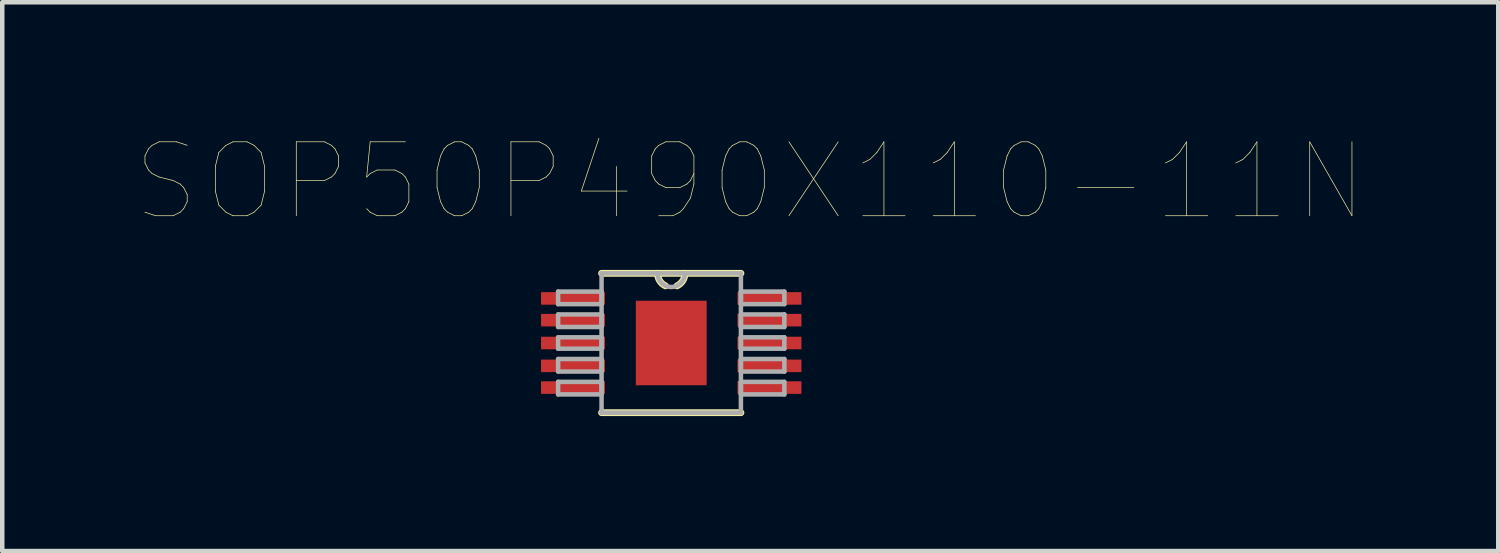
<source format=kicad_pcb>
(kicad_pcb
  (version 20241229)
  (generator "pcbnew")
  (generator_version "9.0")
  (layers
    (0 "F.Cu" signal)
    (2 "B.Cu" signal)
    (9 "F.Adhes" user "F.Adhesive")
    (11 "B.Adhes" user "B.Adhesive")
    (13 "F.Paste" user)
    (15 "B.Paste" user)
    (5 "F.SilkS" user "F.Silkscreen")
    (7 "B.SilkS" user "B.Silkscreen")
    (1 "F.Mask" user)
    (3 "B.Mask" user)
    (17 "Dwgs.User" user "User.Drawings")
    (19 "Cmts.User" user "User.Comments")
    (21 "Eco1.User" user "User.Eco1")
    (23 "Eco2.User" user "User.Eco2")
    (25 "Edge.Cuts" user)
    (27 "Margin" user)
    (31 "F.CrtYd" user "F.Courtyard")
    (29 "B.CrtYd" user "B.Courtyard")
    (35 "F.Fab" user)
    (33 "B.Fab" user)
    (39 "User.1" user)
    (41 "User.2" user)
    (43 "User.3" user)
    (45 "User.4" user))
  (footprint "SOP50P490X110-11N"
    (layer "F.Cu")
    (at 11.874 4.576)
    (property "Reference" "SOP50P490X110-11N" (at 1.756 -3.589 0) (layer "F.SilkS") (effects (font (size 1.643 1.643) (thickness 0.015))))
    (attr through_hole)
    (fp_line (start -1.549 1.549) (end 1.549 1.549) (stroke (width 0.152) (type solid)) (layer "F.SilkS"))
    (fp_line (start -0.305 -1.549) (end -1.549 -1.549) (stroke (width 0.152) (type solid)) (layer "F.SilkS"))
    (fp_line (start 0.305 -1.549) (end -0.305 -1.549) (stroke (width 0.152) (type solid)) (layer "F.SilkS"))
    (fp_line (start 1.549 -1.549) (end 0.305 -1.549) (stroke (width 0.152) (type solid)) (layer "F.SilkS"))
    (fp_arc (start -0.127 -1.27) (mid -0.256619 -1.383788) (end -0.3048 -1.5494) (stroke (width 0.1524) (type solid)) (layer "F.SilkS"))
    (fp_arc (start 0.3048 -1.5494) (mid 0.256619 -1.383788) (end 0.127 -1.27) (stroke (width 0.1524) (type solid)) (layer "F.SilkS"))
    (fp_line (start -2.515 -1.143) (end -2.515 -0.864) (stroke (width 0.1) (type solid)) (layer "F.Fab"))
    (fp_line (start -2.515 -0.864) (end -1.549 -0.864) (stroke (width 0.1) (type solid)) (layer "F.Fab"))
    (fp_line (start -2.515 -0.635) (end -2.515 -0.356) (stroke (width 0.1) (type solid)) (layer "F.Fab"))
    (fp_line (start -2.515 -0.356) (end -1.549 -0.356) (stroke (width 0.1) (type solid)) (layer "F.Fab"))
    (fp_line (start -2.515 -0.127) (end -2.515 0.127) (stroke (width 0.1) (type solid)) (layer "F.Fab"))
    (fp_line (start -2.515 0.127) (end -1.549 0.127) (stroke (width 0.1) (type solid)) (layer "F.Fab"))
    (fp_line (start -2.515 0.356) (end -2.515 0.635) (stroke (width 0.1) (type solid)) (layer "F.Fab"))
    (fp_line (start -2.515 0.635) (end -1.549 0.635) (stroke (width 0.1) (type solid)) (layer "F.Fab"))
    (fp_line (start -2.515 0.864) (end -2.515 1.143) (stroke (width 0.1) (type solid)) (layer "F.Fab"))
    (fp_line (start -2.515 1.143) (end -1.549 1.143) (stroke (width 0.1) (type solid)) (layer "F.Fab"))
    (fp_line (start -1.549 -1.549) (end -1.549 1.549) (stroke (width 0.1) (type solid)) (layer "F.Fab"))
    (fp_line (start -1.549 -1.143) (end -2.515 -1.143) (stroke (width 0.1) (type solid)) (layer "F.Fab"))
    (fp_line (start -1.549 -0.864) (end -1.549 -1.143) (stroke (width 0.1) (type solid)) (layer "F.Fab"))
    (fp_line (start -1.549 -0.635) (end -2.515 -0.635) (stroke (width 0.1) (type solid)) (layer "F.Fab"))
    (fp_line (start -1.549 -0.356) (end -1.549 -0.635) (stroke (width 0.1) (type solid)) (layer "F.Fab"))
    (fp_line (start -1.549 -0.127) (end -2.515 -0.127) (stroke (width 0.1) (type solid)) (layer "F.Fab"))
    (fp_line (start -1.549 0.127) (end -1.549 -0.127) (stroke (width 0.1) (type solid)) (layer "F.Fab"))
    (fp_line (start -1.549 0.356) (end -2.515 0.356) (stroke (width 0.1) (type solid)) (layer "F.Fab"))
    (fp_line (start -1.549 0.635) (end -1.549 0.356) (stroke (width 0.1) (type solid)) (layer "F.Fab"))
    (fp_line (start -1.549 0.864) (end -2.515 0.864) (stroke (width 0.1) (type solid)) (layer "F.Fab"))
    (fp_line (start -1.549 1.143) (end -1.549 0.864) (stroke (width 0.1) (type solid)) (layer "F.Fab"))
    (fp_line (start -1.549 1.549) (end 1.549 1.549) (stroke (width 0.1) (type solid)) (layer "F.Fab"))
    (fp_line (start -0.305 -1.549) (end -1.549 -1.549) (stroke (width 0.1) (type solid)) (layer "F.Fab"))
    (fp_line (start 0.305 -1.549) (end -0.305 -1.549) (stroke (width 0.1) (type solid)) (layer "F.Fab"))
    (fp_line (start 1.549 -1.549) (end 0.305 -1.549) (stroke (width 0.1) (type solid)) (layer "F.Fab"))
    (fp_line (start 1.549 -1.143) (end 1.549 -0.864) (stroke (width 0.1) (type solid)) (layer "F.Fab"))
    (fp_line (start 1.549 -0.864) (end 2.515 -0.864) (stroke (width 0.1) (type solid)) (layer "F.Fab"))
    (fp_line (start 1.549 -0.635) (end 1.549 -0.356) (stroke (width 0.1) (type solid)) (layer "F.Fab"))
    (fp_line (start 1.549 -0.356) (end 2.515 -0.356) (stroke (width 0.1) (type solid)) (layer "F.Fab"))
    (fp_line (start 1.549 -0.127) (end 1.549 0.127) (stroke (width 0.1) (type solid)) (layer "F.Fab"))
    (fp_line (start 1.549 0.127) (end 2.515 0.127) (stroke (width 0.1) (type solid)) (layer "F.Fab"))
    (fp_line (start 1.549 0.356) (end 1.549 0.635) (stroke (width 0.1) (type solid)) (layer "F.Fab"))
    (fp_line (start 1.549 0.635) (end 2.515 0.635) (stroke (width 0.1) (type solid)) (layer "F.Fab"))
    (fp_line (start 1.549 0.864) (end 1.549 1.143) (stroke (width 0.1) (type solid)) (layer "F.Fab"))
    (fp_line (start 1.549 1.143) (end 2.515 1.143) (stroke (width 0.1) (type solid)) (layer "F.Fab"))
    (fp_line (start 1.549 1.549) (end 1.549 -1.549) (stroke (width 0.1) (type solid)) (layer "F.Fab"))
    (fp_line (start 2.515 -1.143) (end 1.549 -1.143) (stroke (width 0.1) (type solid)) (layer "F.Fab"))
    (fp_line (start 2.515 -0.864) (end 2.515 -1.143) (stroke (width 0.1) (type solid)) (layer "F.Fab"))
    (fp_line (start 2.515 -0.635) (end 1.549 -0.635) (stroke (width 0.1) (type solid)) (layer "F.Fab"))
    (fp_line (start 2.515 -0.356) (end 2.515 -0.635) (stroke (width 0.1) (type solid)) (layer "F.Fab"))
    (fp_line (start 2.515 -0.127) (end 1.549 -0.127) (stroke (width 0.1) (type solid)) (layer "F.Fab"))
    (fp_line (start 2.515 0.127) (end 2.515 -0.127) (stroke (width 0.1) (type solid)) (layer "F.Fab"))
    (fp_line (start 2.515 0.356) (end 1.549 0.356) (stroke (width 0.1) (type solid)) (layer "F.Fab"))
    (fp_line (start 2.515 0.635) (end 2.515 0.356) (stroke (width 0.1) (type solid)) (layer "F.Fab"))
    (fp_line (start 2.515 0.864) (end 1.549 0.864) (stroke (width 0.1) (type solid)) (layer "F.Fab"))
    (fp_line (start 2.515 1.143) (end 2.515 0.864) (stroke (width 0.1) (type solid)) (layer "F.Fab"))
    (fp_arc (start 0.3048 -1.5494) (mid 0 -1.2446) (end -0.3048 -1.5494) (stroke (width 0.1) (type solid)) (layer "F.Fab"))
    (pad "1" smd rect (at -2.184 -0.991) (size 1.422 0.279) (layers "F.Cu" "F.Mask" "F.Paste"))
    (pad "2" smd rect (at -2.184 -0.508) (size 1.422 0.279) (layers "F.Cu" "F.Mask" "F.Paste"))
    (pad "3" smd rect (at -2.184 0) (size 1.422 0.279) (layers "F.Cu" "F.Mask" "F.Paste"))
    (pad "4" smd rect (at -2.184 0.508) (size 1.422 0.279) (layers "F.Cu" "F.Mask" "F.Paste"))
    (pad "5" smd rect (at -2.184 0.991) (size 1.422 0.279) (layers "F.Cu" "F.Mask" "F.Paste"))
    (pad "6" smd rect (at 2.184 0.991) (size 1.422 0.279) (layers "F.Cu" "F.Mask" "F.Paste"))
    (pad "7" smd rect (at 2.184 0.508) (size 1.422 0.279) (layers "F.Cu" "F.Mask" "F.Paste"))
    (pad "8" smd rect (at 2.184 0) (size 1.422 0.279) (layers "F.Cu" "F.Mask" "F.Paste"))
    (pad "9" smd rect (at 2.184 -0.508) (size 1.422 0.279) (layers "F.Cu" "F.Mask" "F.Paste"))
    (pad "10" smd rect (at 2.184 -0.991) (size 1.422 0.279) (layers "F.Cu" "F.Mask" "F.Paste"))
    (pad "11" smd rect (at 0 0) (size 1.575 1.88) (layers "F.Cu" "F.Mask" "F.Paste")))
  (gr_rect
    (start -3 -3)
    (end 30.261 9.202)
    (stroke (width 0.1) (type default))
    (fill no)
    (layer "Edge.Cuts")))
</source>
